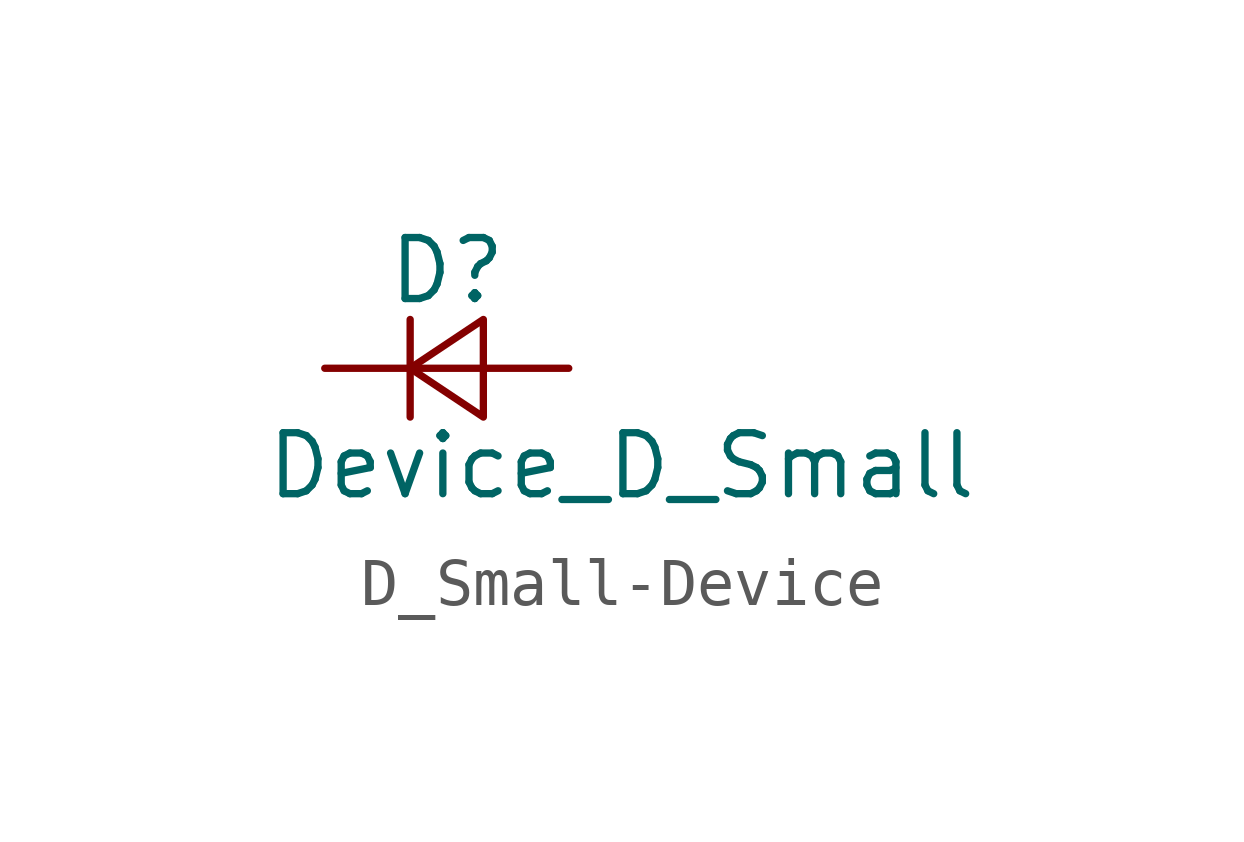
<source format=kicad_sym>
(kicad_symbol_lib
  (version 20220914)
  (generator kicad_symbol_editor)
  (symbol "D_Small-Device"
    (pin_numbers hide)
    (pin_names
      (offset 0.254) hide)
    (property "Reference" "D"
      (at -1.27 2.032 0)
      (effects (font (size 1.27 1.27)) (justify left)))
    (property "Value" "Device_D_Small"
      (at -3.81 -2.032 0)
      (effects (font (size 1.27 1.27)) (justify left)))
    (symbol "D_Small-Device_0_1"
      (polyline (pts (xy -0.762 -1.016) (xy -0.762 1.016)) (stroke (width 0) (type solid)) (fill (type none)))
      (polyline (pts (xy -0.762 0) (xy 0.762 0)) (stroke (width 0) (type solid)) (fill (type none)))
      (polyline (pts (xy 0.762 -1.016) (xy -0.762 0) (xy 0.762 1.016) (xy 0.762 -1.016)) (stroke (width 0) (type solid)) (fill (type none))))
    (symbol "D_Small-Device_1_1"
      (pin passive line (at -2.54 0 0) (length 1.778) (name "K" (effects (font (size 1.27 1.27)))) (number "1" (effects (font (size 1.27 1.27)))))
      (pin passive line (at 2.54 0 180) (length 1.778) (name "A" (effects (font (size 1.27 1.27)))) (number "2" (effects (font (size 1.27 1.27))))))))
</source>
